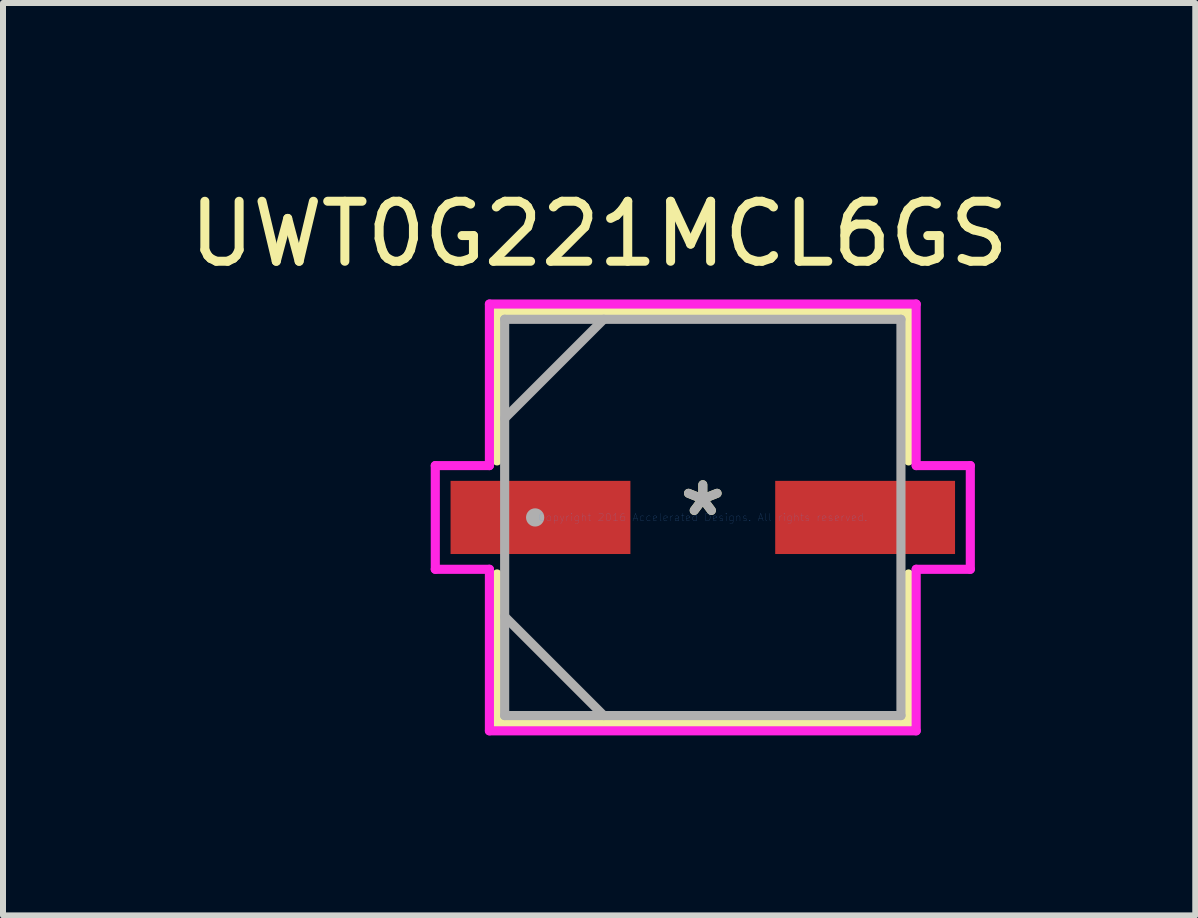
<source format=kicad_pcb>
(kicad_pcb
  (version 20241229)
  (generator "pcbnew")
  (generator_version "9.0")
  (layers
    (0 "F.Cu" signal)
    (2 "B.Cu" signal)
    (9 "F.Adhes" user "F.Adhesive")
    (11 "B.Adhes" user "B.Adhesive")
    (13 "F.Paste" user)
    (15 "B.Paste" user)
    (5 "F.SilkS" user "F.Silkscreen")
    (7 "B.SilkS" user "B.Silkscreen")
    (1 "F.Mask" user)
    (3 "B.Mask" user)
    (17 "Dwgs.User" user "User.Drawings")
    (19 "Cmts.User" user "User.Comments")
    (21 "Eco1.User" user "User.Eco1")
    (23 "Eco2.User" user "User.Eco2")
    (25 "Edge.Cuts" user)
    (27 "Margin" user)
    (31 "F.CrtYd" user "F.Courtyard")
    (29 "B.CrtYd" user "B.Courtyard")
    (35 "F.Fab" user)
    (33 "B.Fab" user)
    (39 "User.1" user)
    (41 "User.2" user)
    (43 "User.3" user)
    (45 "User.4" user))
  (footprint "UWT0G221MCL6GS"
    (layer "F.Cu")
    (at 8.662 5.573)
    (property "Reference" "UWT0G221MCL6GS" (at -1.727 -4.724 0) (layer "F.SilkS") (effects (font (size 1 1) (thickness 0.15))))
    (attr through_hole)
    (fp_line (start -3.429 -3.429) (end -3.429 -0.942) (stroke (width 0.152) (type solid)) (layer "F.SilkS"))
    (fp_line (start -3.429 0.942) (end -3.429 3.429) (stroke (width 0.152) (type solid)) (layer "F.SilkS"))
    (fp_line (start -3.429 3.429) (end 3.429 3.429) (stroke (width 0.152) (type solid)) (layer "F.SilkS"))
    (fp_line (start 3.429 -3.429) (end -3.429 -3.429) (stroke (width 0.152) (type solid)) (layer "F.SilkS"))
    (fp_line (start 3.429 -0.942) (end 3.429 -3.429) (stroke (width 0.152) (type solid)) (layer "F.SilkS"))
    (fp_line (start 3.429 3.429) (end 3.429 0.942) (stroke (width 0.152) (type solid)) (layer "F.SilkS"))
    (fp_line (start -4.458 -0.864) (end -3.556 -0.864) (stroke (width 0.152) (type solid)) (layer "F.CrtYd"))
    (fp_line (start -4.458 0.864) (end -4.458 -0.864) (stroke (width 0.152) (type solid)) (layer "F.CrtYd"))
    (fp_line (start -3.556 -3.556) (end 3.556 -3.556) (stroke (width 0.152) (type solid)) (layer "F.CrtYd"))
    (fp_line (start -3.556 -0.864) (end -3.556 -3.556) (stroke (width 0.152) (type solid)) (layer "F.CrtYd"))
    (fp_line (start -3.556 0.864) (end -4.458 0.864) (stroke (width 0.152) (type solid)) (layer "F.CrtYd"))
    (fp_line (start -3.556 3.556) (end -3.556 0.864) (stroke (width 0.152) (type solid)) (layer "F.CrtYd"))
    (fp_line (start 3.556 -3.556) (end 3.556 -0.864) (stroke (width 0.152) (type solid)) (layer "F.CrtYd"))
    (fp_line (start 3.556 -0.864) (end 4.458 -0.864) (stroke (width 0.152) (type solid)) (layer "F.CrtYd"))
    (fp_line (start 3.556 0.864) (end 3.556 3.556) (stroke (width 0.152) (type solid)) (layer "F.CrtYd"))
    (fp_line (start 3.556 3.556) (end -3.556 3.556) (stroke (width 0.152) (type solid)) (layer "F.CrtYd"))
    (fp_line (start 4.458 -0.864) (end 4.458 0.864) (stroke (width 0.152) (type solid)) (layer "F.CrtYd"))
    (fp_line (start 4.458 0.864) (end 3.556 0.864) (stroke (width 0.152) (type solid)) (layer "F.CrtYd"))
    (fp_line (start -3.302 -3.302) (end -3.302 3.302) (stroke (width 0.152) (type solid)) (layer "F.Fab"))
    (fp_line (start -3.302 -1.651) (end -1.651 -3.302) (stroke (width 0.152) (type solid)) (layer "F.Fab"))
    (fp_line (start -3.302 1.651) (end -1.651 3.302) (stroke (width 0.152) (type solid)) (layer "F.Fab"))
    (fp_line (start -3.302 3.302) (end 3.302 3.302) (stroke (width 0.152) (type solid)) (layer "F.Fab"))
    (fp_line (start 3.302 -3.302) (end -3.302 -3.302) (stroke (width 0.152) (type solid)) (layer "F.Fab"))
    (fp_line (start 3.302 3.302) (end 3.302 -3.302) (stroke (width 0.152) (type solid)) (layer "F.Fab"))
    (fp_circle (center -2.794 0) (end -2.794 0) (stroke (width 0.152) (type solid)) (fill no) (layer "F.Fab"))
    (fp_text user "*" (at 0 0 0) (layer "F.SilkS") (effects (font (size 1 1) (thickness 0.15))))
    (fp_text user "Copyright 2016 Accelerated Designs. All rights reserved." (at 0 0 0) (layer "Cmts.User") (effects (font (size 0.127 0.127) (thickness 0.002))))
    (fp_text user "*" (at 0 0 0) (layer "F.Fab") (effects (font (size 1 1) (thickness 0.15))))
    (pad "1" smd rect (at -2.705 0) (size 2.997 1.219) (layers "F.Cu" "F.Mask" "F.Paste"))
    (pad "2" smd rect (at 2.705 0) (size 2.997 1.219) (layers "F.Cu" "F.Mask" "F.Paste")))
  (gr_rect
    (start -3 -3)
    (end 16.869 12.205)
    (stroke (width 0.1) (type default))
    (fill no)
    (layer "Edge.Cuts")))
</source>
